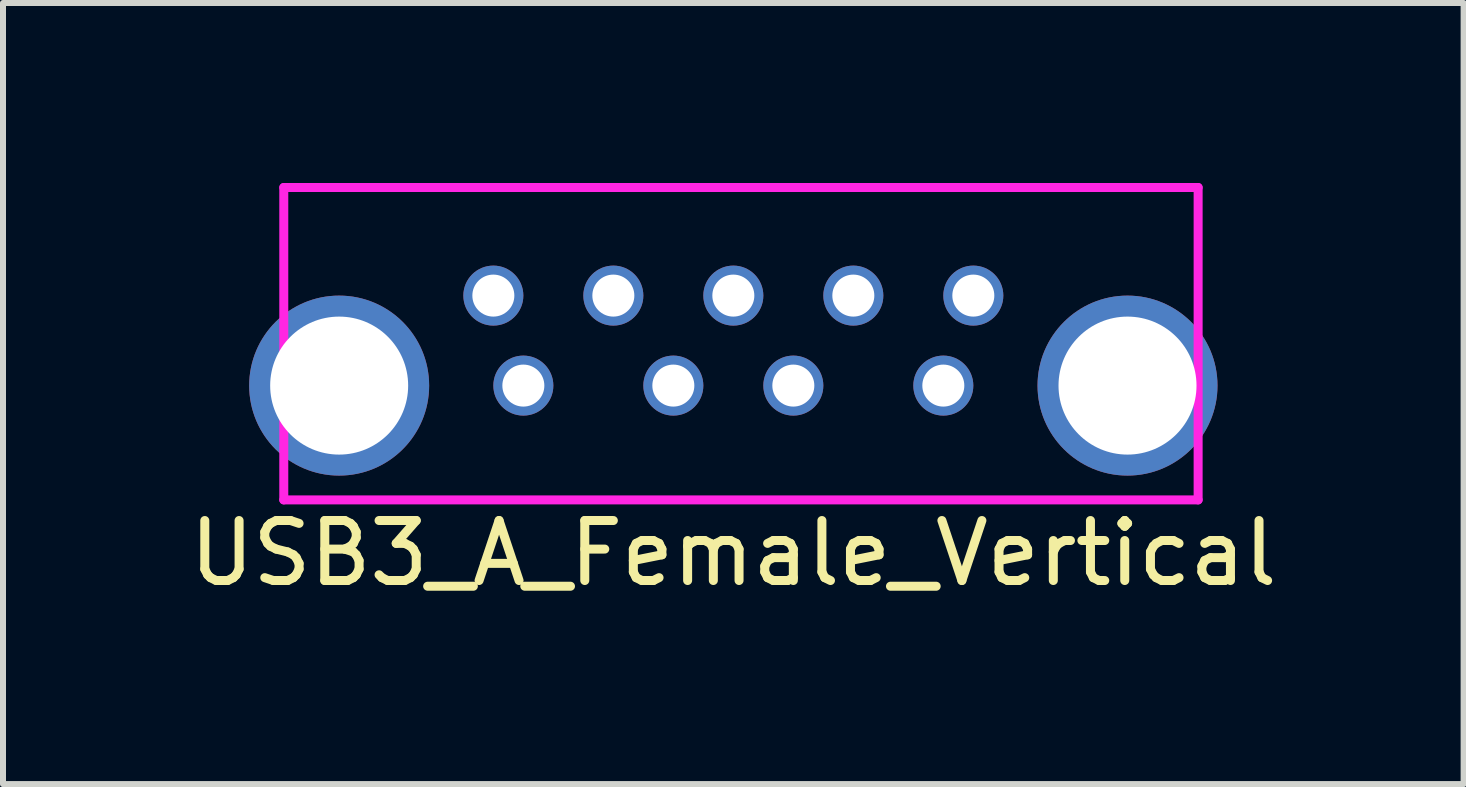
<source format=kicad_pcb>
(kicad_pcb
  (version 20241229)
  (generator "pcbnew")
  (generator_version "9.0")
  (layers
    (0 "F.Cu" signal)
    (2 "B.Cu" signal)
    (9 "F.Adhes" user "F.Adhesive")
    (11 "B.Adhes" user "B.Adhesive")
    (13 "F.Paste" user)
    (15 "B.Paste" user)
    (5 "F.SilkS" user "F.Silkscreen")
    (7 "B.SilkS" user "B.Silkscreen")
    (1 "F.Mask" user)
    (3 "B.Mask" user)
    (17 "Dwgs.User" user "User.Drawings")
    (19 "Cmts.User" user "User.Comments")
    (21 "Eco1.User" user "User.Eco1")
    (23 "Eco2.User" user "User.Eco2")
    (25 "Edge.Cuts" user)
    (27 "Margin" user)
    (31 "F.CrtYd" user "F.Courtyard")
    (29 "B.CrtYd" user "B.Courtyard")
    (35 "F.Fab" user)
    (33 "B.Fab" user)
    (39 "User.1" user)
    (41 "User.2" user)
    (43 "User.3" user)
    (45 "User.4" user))
  (footprint "USB3_A_Female_Vertical"
    (layer "F.Cu")
    (at 9.173 3.377)
    (property "Reference" "USB3_A_Female_Vertical" (at 0 2.794 0) (layer "F.SilkS") (effects (font (size 1 1) (thickness 0.15))))
    (attr through_hole)
    (fp_line (start -7.493 -3.302) (end 7.747 -3.302) (stroke (width 0.15) (type solid)) (layer "F.CrtYd"))
    (fp_line (start -7.493 1.905) (end -7.493 -3.302) (stroke (width 0.15) (type solid)) (layer "F.CrtYd"))
    (fp_line (start 7.747 -3.302) (end 7.747 1.905) (stroke (width 0.15) (type solid)) (layer "F.CrtYd"))
    (fp_line (start 7.747 1.905) (end -7.493 1.905) (stroke (width 0.15) (type solid)) (layer "F.CrtYd"))
    (pad "1" thru_hole circle (at -3.5 0) (size 1 1) (drill 0.7) (layers "*.Cu" "*.Mask"))
    (pad "2" thru_hole circle (at -1 0) (size 1 1) (drill 0.7) (layers "*.Cu" "*.Mask"))
    (pad "3" thru_hole circle (at 1 0) (size 1 1) (drill 0.7) (layers "*.Cu" "*.Mask"))
    (pad "4" thru_hole circle (at 3.5 0) (size 1 1) (drill 0.7) (layers "*.Cu" "*.Mask"))
    (pad "5" thru_hole circle (at 4 -1.5) (size 1 1) (drill 0.7) (layers "*.Cu" "*.Mask"))
    (pad "6" thru_hole circle (at 2 -1.5) (size 1 1) (drill 0.7) (layers "*.Cu" "*.Mask"))
    (pad "7" thru_hole circle (at 0 -1.5) (size 1 1) (drill 0.7) (layers "*.Cu" "*.Mask"))
    (pad "8" thru_hole circle (at -2 -1.5) (size 1 1) (drill 0.7) (layers "*.Cu" "*.Mask"))
    (pad "9" thru_hole circle (at -4 -1.5) (size 1 1) (drill 0.7) (layers "*.Cu" "*.Mask"))
    (pad "10" thru_hole circle (at -6.57 0) (size 3 3) (drill 2.3) (layers "*.Cu" "*.Mask"))
    (pad "10" thru_hole circle (at 6.57 0) (size 3 3) (drill 2.3) (layers "*.Cu" "*.Mask")))
  (gr_rect
    (start -3 -3)
    (end 21.345 10.019)
    (stroke (width 0.1) (type default))
    (fill no)
    (layer "Edge.Cuts")))
</source>
